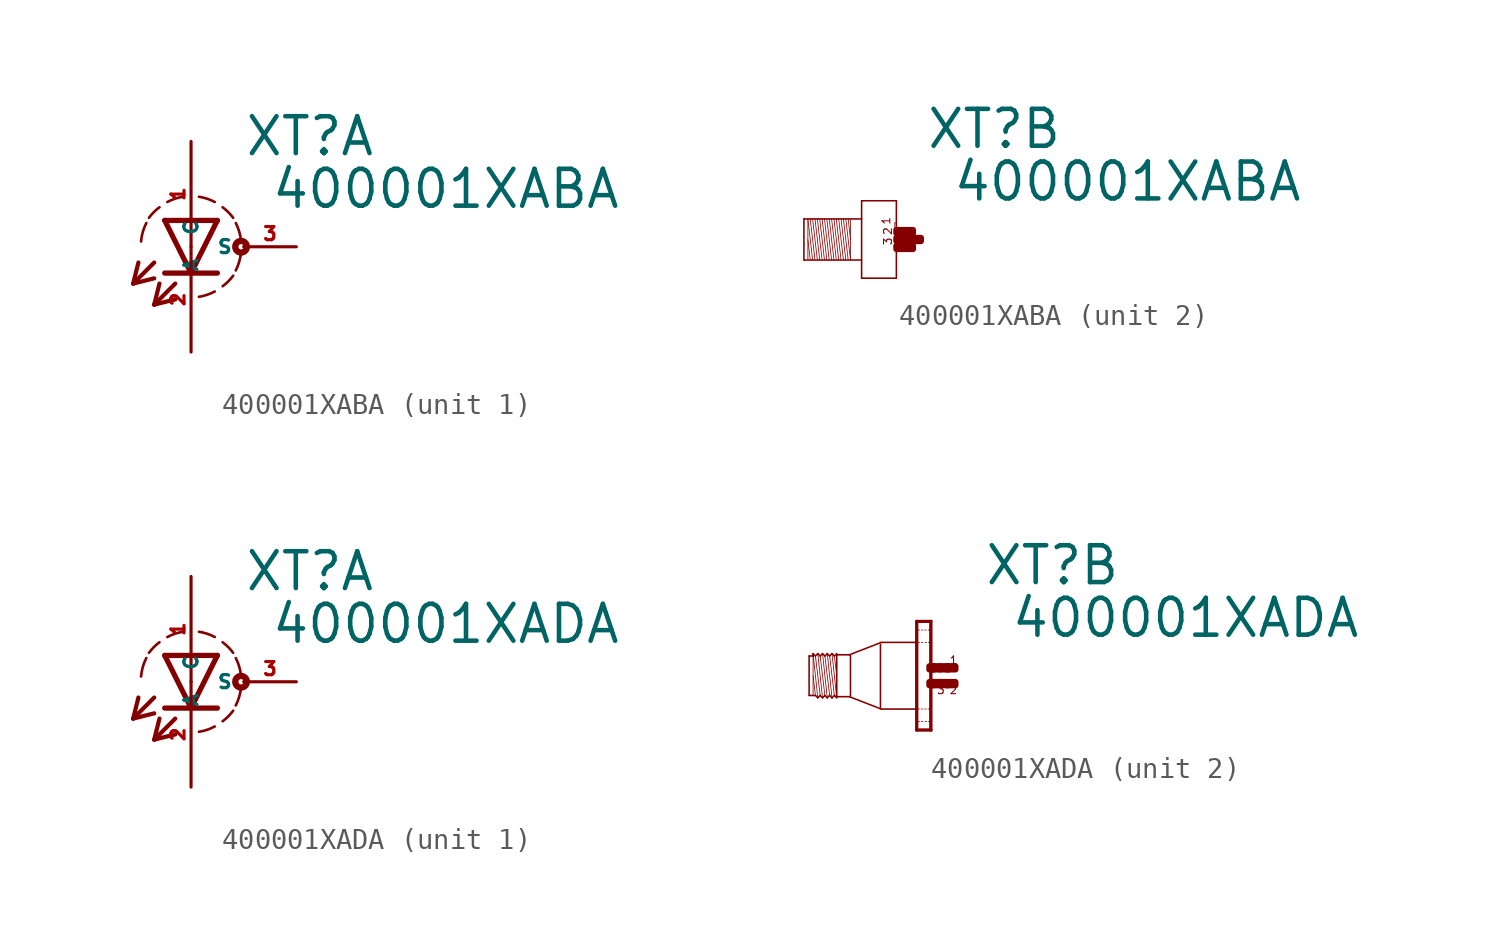
<source format=kicad_sym>
(kicad_symbol_lib
  (version 20220914)
  (generator Eagle2Kicad)
  (symbol "400001XABA"
    (property "Reference" "XT"
      (at 2.54 4.293 0)
      (effects (font (size 1.778 1.778) (thickness 0.22)) (justify left bottom)))
    (property "Value" "400001XABA"
      (at 3.81 1.753 0)
      (effects (font (size 1.778 1.778) (thickness 0.22)) (justify left bottom)))
    (symbol "400001XABA_1_0"
      (polyline (pts (xy -1.27 1.27) (xy 0 -1.27)) (stroke (width 0.254) (type default)) (fill (type none)))
      (polyline (pts (xy 0 -1.27) (xy 1.27 1.27)) (stroke (width 0.254) (type default)) (fill (type none)))
      (polyline (pts (xy 1.27 -1.27) (xy 0 -1.27)) (stroke (width 0.254) (type default)) (fill (type none)))
      (polyline (pts (xy 1.27 1.27) (xy -1.27 1.27)) (stroke (width 0.254) (type default)) (fill (type none)))
      (polyline (pts (xy 0 -1.27) (xy -1.27 -1.27)) (stroke (width 0.254) (type default)) (fill (type none)))
      (polyline (pts (xy -1.778 -0.762) (xy -2.794 -1.778)) (stroke (width 0.203) (type default)) (fill (type none)))
      (polyline (pts (xy -2.794 -1.778) (xy -1.778 -1.524)) (stroke (width 0.203) (type default)) (fill (type none)))
      (polyline (pts (xy -2.794 -1.778) (xy -2.54 -0.762)) (stroke (width 0.203) (type default)) (fill (type none)))
      (polyline (pts (xy -0.762 -1.778) (xy -1.778 -2.794)) (stroke (width 0.203) (type default)) (fill (type none)))
      (polyline (pts (xy -1.778 -2.794) (xy -0.762 -2.54)) (stroke (width 0.203) (type default)) (fill (type none)))
      (polyline (pts (xy -1.778 -2.794) (xy -1.524 -1.778)) (stroke (width 0.203) (type default)) (fill (type none)))
      (arc (start 0.381 -2.413) (mid 0.773 -2.318) (end 1.143 -2.159) (stroke (width 0.127) (type default)) (fill (type none)))
      (arc (start 2.159 -1.143) (mid 2.329 -0.711) (end 2.413 -0.254) (stroke (width 0.127) (type default)) (fill (type none)))
      (arc (start 2.413 0.254) (mid 2.329 0.711) (end 2.159 1.143) (stroke (width 0.127) (type default)) (fill (type none)))
      (arc (start 2.032 1.397) (mid 1.797 1.670) (end 1.524 1.905) (stroke (width 0.127) (type default)) (fill (type none)))
      (arc (start 1.143 2.159) (mid 0.773 2.318) (end 0.381 2.413) (stroke (width 0.127) (type default)) (fill (type none)))
      (arc (start 1.524 -1.905) (mid 1.797 -1.670) (end 2.032 -1.397) (stroke (width 0.127) (type default)) (fill (type none)))
      (arc (start -0.381 2.413) (mid -0.773 2.318) (end -1.143 2.159) (stroke (width 0.127) (type default)) (fill (type none)))
      (arc (start -1.524 1.905) (mid -1.797 1.670) (end -2.032 1.397) (stroke (width 0.127) (type default)) (fill (type none)))
      (arc (start -2.159 1.143) (mid -2.329 0.711) (end -2.413 0.254) (stroke (width 0.127) (type default)) (fill (type none)))
      (circle (center 2.413 0) (radius 0.127) (stroke (width 0.305) (type default)) (fill (type none)))
      (pin passive line (at 0 5.08 270) (length 5.08) (name "A" (effects (font (size 0.635 0.635) (thickness 0.08)) (justify left bottom))) (number "1" (effects (font (size 0.635 0.635) (thickness 0.08)) (justify left bottom))))
      (pin passive line (at 0 -5.08 90) (length 5.08) (name "C" (effects (font (size 0.635 0.635) (thickness 0.08)) (justify left bottom))) (number "2" (effects (font (size 0.635 0.635) (thickness 0.08)) (justify left bottom))))
      (pin passive line (at 5.08 0 180) (length 2.54) (name "S" (effects (font (size 0.635 0.635) (thickness 0.08)) (justify left bottom))) (number "3" (effects (font (size 0.635 0.635) (thickness 0.08)) (justify left bottom)))))
    (symbol "400001XABA_2_0"
      (polyline (pts (xy -1.067 0.953) (xy -1.067 0)) (stroke (width 0.038) (type default)) (fill (type none)))
      (polyline (pts (xy -1.067 0) (xy -1.067 -0.991)) (stroke (width 0.038) (type default)) (fill (type none)))
      (polyline (pts (xy -1.067 -0.991) (xy -1.295 0.991)) (stroke (width 0.038) (type default)) (fill (type none)))
      (polyline (pts (xy -1.181 0.991) (xy -1.067 0)) (stroke (width 0.038) (type default)) (fill (type none)))
      (polyline (pts (xy -1.181 -0.991) (xy -1.41 0.991)) (stroke (width 0.038) (type default)) (fill (type none)))
      (polyline (pts (xy -1.295 -0.991) (xy -1.524 0.991)) (stroke (width 0.038) (type default)) (fill (type none)))
      (polyline (pts (xy -1.41 -0.991) (xy -1.638 0.991)) (stroke (width 0.038) (type default)) (fill (type none)))
      (polyline (pts (xy -1.524 -0.991) (xy -1.753 0.991)) (stroke (width 0.038) (type default)) (fill (type none)))
      (polyline (pts (xy -1.638 -0.991) (xy -1.867 0.991)) (stroke (width 0.038) (type default)) (fill (type none)))
      (polyline (pts (xy -1.753 -0.991) (xy -1.981 0.991)) (stroke (width 0.038) (type default)) (fill (type none)))
      (polyline (pts (xy -1.867 -0.991) (xy -2.095 0.991)) (stroke (width 0.038) (type default)) (fill (type none)))
      (polyline (pts (xy -1.981 -0.991) (xy -2.21 0.991)) (stroke (width 0.038) (type default)) (fill (type none)))
      (polyline (pts (xy -2.095 -0.991) (xy -2.324 0.991)) (stroke (width 0.038) (type default)) (fill (type none)))
      (polyline (pts (xy -2.21 -0.991) (xy -2.438 0.991)) (stroke (width 0.038) (type default)) (fill (type none)))
      (polyline (pts (xy -2.324 -0.991) (xy -2.553 0.991)) (stroke (width 0.038) (type default)) (fill (type none)))
      (polyline (pts (xy -2.438 -0.991) (xy -2.667 0.991)) (stroke (width 0.038) (type default)) (fill (type none)))
      (polyline (pts (xy -2.553 -0.991) (xy -2.781 0.991)) (stroke (width 0.038) (type default)) (fill (type none)))
      (polyline (pts (xy -2.667 -0.991) (xy -2.896 0.991)) (stroke (width 0.038) (type default)) (fill (type none)))
      (polyline (pts (xy -2.781 -0.991) (xy -3.01 0.991)) (stroke (width 0.038) (type default)) (fill (type none)))
      (polyline (pts (xy -2.896 -0.991) (xy -3.124 0.991)) (stroke (width 0.038) (type default)) (fill (type none)))
      (polyline (pts (xy -3.124 0) (xy -3.01 -0.991)) (stroke (width 0.038) (type default)) (fill (type none)))
      (polyline (pts (xy -3.124 0.953) (xy -3.124 -0.953)) (stroke (width 0.038) (type default)) (fill (type none)))
      (polyline (pts (xy -3.315 -0.991) (xy -3.315 0.991)) (stroke (width 0.076) (type default)) (fill (type none)))
      (polyline (pts (xy -3.315 0.991) (xy -0.533 0.991)) (stroke (width 0.076) (type default)) (fill (type none)))
      (polyline (pts (xy -0.533 -0.991) (xy -3.315 -0.991)) (stroke (width 0.076) (type default)) (fill (type none)))
      (polyline (pts (xy -0.533 1.867) (xy -0.533 -1.867)) (stroke (width 0.076) (type default)) (fill (type none)))
      (polyline (pts (xy -0.533 -1.867) (xy 1.143 -1.867)) (stroke (width 0.076) (type default)) (fill (type none)))
      (polyline (pts (xy 1.143 -1.867) (xy 1.143 1.867)) (stroke (width 0.076) (type default)) (fill (type none)))
      (polyline (pts (xy 1.143 1.867) (xy -0.533 1.867)) (stroke (width 0.076) (type default)) (fill (type none)))
      (polyline (pts (xy 1.067 0.8) (xy 1.105 0.8)) (stroke (width 0.038) (type default)) (fill (type none)))
      (polyline (pts (xy 1.105 0.495) (xy 1.067 0.495)) (stroke (width 0.038) (type default)) (fill (type none)))
      (polyline (pts (xy 1.067 0.495) (xy 1.067 0.8)) (stroke (width 0.038) (type default)) (fill (type none)))
      (text "1" (at 0.876 0.686 1800) (effects (font (size 0.381 0.381) (thickness 0.05)) (justify left bottom)))
      (text "2" (at 0.953 0.191 1800) (effects (font (size 0.381 0.381) (thickness 0.05)) (justify left bottom)))
      (text "3" (at 0.953 -0.305 1800) (effects (font (size 0.381 0.381) (thickness 0.05)) (justify left bottom)))
      (rectangle (start 1.143 -0.457) (end 1.638 -0.305) (stroke (width 0.3) (type default)) (fill (type outline)))
      (rectangle (start 1.143 -0.076) (end 2.019 0.076) (stroke (width 0.3) (type default)) (fill (type outline)))
      (rectangle (start 1.6 -0.457) (end 1.943 -0.305) (stroke (width 0.3) (type default)) (fill (type outline)))
      (rectangle (start 1.981 -0.076) (end 2.324 0.076) (stroke (width 0.3) (type default)) (fill (type outline)))
      (rectangle (start 1.6 0.305) (end 1.943 0.457) (stroke (width 0.3) (type default)) (fill (type outline)))
      (rectangle (start 1.143 0.305) (end 1.638 0.457) (stroke (width 0.3) (type default)) (fill (type outline)))))
  (symbol "400001XADA"
    (property "Reference" "XT"
      (at 2.54 4.293 0)
      (effects (font (size 1.778 1.778) (thickness 0.22)) (justify left bottom)))
    (property "Value" "400001XADA"
      (at 3.81 1.753 0)
      (effects (font (size 1.778 1.778) (thickness 0.22)) (justify left bottom)))
    (symbol "400001XADA_1_0"
      (polyline (pts (xy -1.27 1.27) (xy 0 -1.27)) (stroke (width 0.254) (type default)) (fill (type none)))
      (polyline (pts (xy 0 -1.27) (xy 1.27 1.27)) (stroke (width 0.254) (type default)) (fill (type none)))
      (polyline (pts (xy 1.27 -1.27) (xy 0 -1.27)) (stroke (width 0.254) (type default)) (fill (type none)))
      (polyline (pts (xy 1.27 1.27) (xy -1.27 1.27)) (stroke (width 0.254) (type default)) (fill (type none)))
      (polyline (pts (xy 0 -1.27) (xy -1.27 -1.27)) (stroke (width 0.254) (type default)) (fill (type none)))
      (polyline (pts (xy -1.778 -0.762) (xy -2.794 -1.778)) (stroke (width 0.203) (type default)) (fill (type none)))
      (polyline (pts (xy -2.794 -1.778) (xy -1.778 -1.524)) (stroke (width 0.203) (type default)) (fill (type none)))
      (polyline (pts (xy -2.794 -1.778) (xy -2.54 -0.762)) (stroke (width 0.203) (type default)) (fill (type none)))
      (polyline (pts (xy -0.762 -1.778) (xy -1.778 -2.794)) (stroke (width 0.203) (type default)) (fill (type none)))
      (polyline (pts (xy -1.778 -2.794) (xy -0.762 -2.54)) (stroke (width 0.203) (type default)) (fill (type none)))
      (polyline (pts (xy -1.778 -2.794) (xy -1.524 -1.778)) (stroke (width 0.203) (type default)) (fill (type none)))
      (arc (start 0.381 -2.413) (mid 0.773 -2.318) (end 1.143 -2.159) (stroke (width 0.127) (type default)) (fill (type none)))
      (arc (start 2.159 -1.143) (mid 2.329 -0.711) (end 2.413 -0.254) (stroke (width 0.127) (type default)) (fill (type none)))
      (arc (start 2.413 0.254) (mid 2.329 0.711) (end 2.159 1.143) (stroke (width 0.127) (type default)) (fill (type none)))
      (arc (start 2.032 1.397) (mid 1.797 1.670) (end 1.524 1.905) (stroke (width 0.127) (type default)) (fill (type none)))
      (arc (start 1.143 2.159) (mid 0.773 2.318) (end 0.381 2.413) (stroke (width 0.127) (type default)) (fill (type none)))
      (arc (start 1.524 -1.905) (mid 1.797 -1.670) (end 2.032 -1.397) (stroke (width 0.127) (type default)) (fill (type none)))
      (arc (start -0.381 2.413) (mid -0.773 2.318) (end -1.143 2.159) (stroke (width 0.127) (type default)) (fill (type none)))
      (arc (start -1.524 1.905) (mid -1.797 1.670) (end -2.032 1.397) (stroke (width 0.127) (type default)) (fill (type none)))
      (arc (start -2.159 1.143) (mid -2.329 0.711) (end -2.413 0.254) (stroke (width 0.127) (type default)) (fill (type none)))
      (circle (center 2.413 0) (radius 0.127) (stroke (width 0.305) (type default)) (fill (type none)))
      (pin passive line (at 0 5.08 270) (length 5.08) (name "A" (effects (font (size 0.635 0.635) (thickness 0.08)) (justify left bottom))) (number "1" (effects (font (size 0.635 0.635) (thickness 0.08)) (justify left bottom))))
      (pin passive line (at 0 -5.08 90) (length 5.08) (name "C" (effects (font (size 0.635 0.635) (thickness 0.08)) (justify left bottom))) (number "2" (effects (font (size 0.635 0.635) (thickness 0.08)) (justify left bottom))))
      (pin passive line (at 5.08 0 180) (length 2.54) (name "S" (effects (font (size 0.635 0.635) (thickness 0.08)) (justify left bottom))) (number "3" (effects (font (size 0.635 0.635) (thickness 0.08)) (justify left bottom)))))
    (symbol "400001XADA_2_0"
      (polyline (pts (xy -4.548 -1.067) (xy -4.777 1.067)) (stroke (width 0.038) (type default)) (fill (type none)))
      (polyline (pts (xy -4.662 0.953) (xy -4.548 0)) (stroke (width 0.038) (type default)) (fill (type none)))
      (polyline (pts (xy -4.662 -0.953) (xy -4.891 0.953)) (stroke (width 0.038) (type default)) (fill (type none)))
      (polyline (pts (xy -4.777 -1.067) (xy -5.005 1.067)) (stroke (width 0.038) (type default)) (fill (type none)))
      (polyline (pts (xy -4.891 -0.953) (xy -5.12 0.953)) (stroke (width 0.038) (type default)) (fill (type none)))
      (polyline (pts (xy -5.005 -1.067) (xy -5.234 1.067)) (stroke (width 0.038) (type default)) (fill (type none)))
      (polyline (pts (xy -5.12 -0.953) (xy -5.348 0.953)) (stroke (width 0.038) (type default)) (fill (type none)))
      (polyline (pts (xy -5.234 -1.067) (xy -5.463 1.067)) (stroke (width 0.038) (type default)) (fill (type none)))
      (polyline (pts (xy -5.348 -0.953) (xy -5.577 0.953)) (stroke (width 0.038) (type default)) (fill (type none)))
      (polyline (pts (xy -5.463 -1.067) (xy -5.691 1.067)) (stroke (width 0.038) (type default)) (fill (type none)))
      (polyline (pts (xy -5.691 0) (xy -5.577 -0.953)) (stroke (width 0.038) (type default)) (fill (type none)))
      (polyline (pts (xy -5.691 1.029) (xy -5.691 0.953)) (stroke (width 0.038) (type default)) (fill (type none)))
      (polyline (pts (xy -5.691 0.953) (xy -5.691 -0.953)) (stroke (width 0.038) (type default)) (fill (type none)))
      (polyline (pts (xy -5.882 -0.953) (xy -5.882 0.953)) (stroke (width 0.076) (type default)) (fill (type none)))
      (polyline (pts (xy -5.882 0.953) (xy -5.691 0.953)) (stroke (width 0.076) (type default)) (fill (type none)))
      (polyline (pts (xy -5.691 0.953) (xy -5.691 1.067)) (stroke (width 0.076) (type default)) (fill (type none)))
      (polyline (pts (xy -5.691 1.067) (xy -5.577 0.953)) (stroke (width 0.076) (type default)) (fill (type none)))
      (polyline (pts (xy -5.577 0.953) (xy -5.463 1.067)) (stroke (width 0.076) (type default)) (fill (type none)))
      (polyline (pts (xy -5.463 1.067) (xy -5.348 0.953)) (stroke (width 0.076) (type default)) (fill (type none)))
      (polyline (pts (xy -5.348 0.953) (xy -5.234 1.067)) (stroke (width 0.076) (type default)) (fill (type none)))
      (polyline (pts (xy -5.234 1.067) (xy -5.12 0.953)) (stroke (width 0.076) (type default)) (fill (type none)))
      (polyline (pts (xy -5.12 0.953) (xy -5.005 1.067)) (stroke (width 0.076) (type default)) (fill (type none)))
      (polyline (pts (xy -4.777 1.067) (xy -4.662 0.953)) (stroke (width 0.076) (type default)) (fill (type none)))
      (polyline (pts (xy -4.662 0.953) (xy -4.548 1.067)) (stroke (width 0.076) (type default)) (fill (type none)))
      (polyline (pts (xy -4.548 -1.067) (xy -4.662 -0.953)) (stroke (width 0.076) (type default)) (fill (type none)))
      (polyline (pts (xy -4.662 -0.953) (xy -4.777 -1.067)) (stroke (width 0.076) (type default)) (fill (type none)))
      (polyline (pts (xy -4.777 -1.067) (xy -4.891 -0.953)) (stroke (width 0.076) (type default)) (fill (type none)))
      (polyline (pts (xy -4.891 -0.953) (xy -5.005 -1.067)) (stroke (width 0.076) (type default)) (fill (type none)))
      (polyline (pts (xy -5.005 -1.067) (xy -5.12 -0.953)) (stroke (width 0.076) (type default)) (fill (type none)))
      (polyline (pts (xy -5.12 -0.953) (xy -5.234 -1.067)) (stroke (width 0.076) (type default)) (fill (type none)))
      (polyline (pts (xy -5.234 -1.067) (xy -5.348 -0.953)) (stroke (width 0.076) (type default)) (fill (type none)))
      (polyline (pts (xy -5.348 -0.953) (xy -5.463 -1.067)) (stroke (width 0.076) (type default)) (fill (type none)))
      (polyline (pts (xy -5.463 -1.067) (xy -5.577 -0.953)) (stroke (width 0.076) (type default)) (fill (type none)))
      (polyline (pts (xy -5.577 -0.953) (xy -5.691 -0.953)) (stroke (width 0.076) (type default)) (fill (type none)))
      (polyline (pts (xy -5.691 -0.953) (xy -5.882 -0.953)) (stroke (width 0.076) (type default)) (fill (type none)))
      (polyline (pts (xy -4.548 1.029) (xy -4.548 1.01)) (stroke (width 0.076) (type default)) (fill (type none)))
      (polyline (pts (xy -4.548 1.01) (xy -4.548 -1.01)) (stroke (width 0.076) (type default)) (fill (type none)))
      (polyline (pts (xy -4.548 -1.01) (xy -4.548 -1.029)) (stroke (width 0.076) (type default)) (fill (type none)))
      (polyline (pts (xy -0.038 2.594) (xy -0.038 -2.594)) (stroke (width 0.076) (type default)) (fill (type none)))
      (polyline (pts (xy -0.038 -2.594) (xy -0.655 -2.594)) (stroke (width 0.076) (type default)) (fill (type none)))
      (polyline (pts (xy -0.655 -2.594) (xy -0.655 2.594)) (stroke (width 0.076) (type default)) (fill (type none)))
      (polyline (pts (xy -0.655 2.594) (xy -0.038 2.594)) (stroke (width 0.076) (type default)) (fill (type none)))
      (polyline (pts (xy -0.699 1.61) (xy -2.4 1.61)) (stroke (width 0.076) (type default)) (fill (type none)))
      (polyline (pts (xy -2.4 1.61) (xy -3.938 1.012)) (stroke (width 0.076) (type default)) (fill (type none)))
      (polyline (pts (xy -0.669 -1.61) (xy -2.4 -1.61)) (stroke (width 0.076) (type default)) (fill (type none)))
      (polyline (pts (xy -2.4 -1.61) (xy -3.938 -1.012)) (stroke (width 0.076) (type default)) (fill (type none)))
      (polyline (pts (xy -3.938 -1.01) (xy -4.548 -1.01)) (stroke (width 0.076) (type default)) (fill (type none)))
      (polyline (pts (xy -4.548 1.01) (xy -3.938 1.01)) (stroke (width 0.076) (type default)) (fill (type none)))
      (polyline (pts (xy -4.777 1.067) (xy -4.891 0.953)) (stroke (width 0.076) (type default)) (fill (type none)))
      (polyline (pts (xy -4.891 0.953) (xy -5.005 1.067)) (stroke (width 0.076) (type default)) (fill (type none)))
      (polyline (pts (xy 0 -2.625) (xy -0.69 -2.625)) (stroke (width 0) (type default)) (fill (type none)))
      (polyline (pts (xy 0 -2.625) (xy 0 2.625)) (stroke (width 0) (type default)) (fill (type none)))
      (polyline (pts (xy 0 2.625) (xy -0.69 2.625)) (stroke (width 0) (type default)) (fill (type none)))
      (polyline (pts (xy -0.69 2.625) (xy -0.69 -2.625)) (stroke (width 0) (type default)) (fill (type none)))
      (polyline (pts (xy -0.039 -1.605) (xy -0.135 -1.605)) (stroke (width 0.038) (type default)) (fill (type none)))
      (polyline (pts (xy -0.225 -1.605) (xy -0.3 -1.605)) (stroke (width 0.038) (type default)) (fill (type none)))
      (polyline (pts (xy -0.39 -1.605) (xy -0.465 -1.605)) (stroke (width 0.038) (type default)) (fill (type none)))
      (polyline (pts (xy -0.555 -1.605) (xy -0.633 -1.605)) (stroke (width 0.038) (type default)) (fill (type none)))
      (polyline (pts (xy -0.039 -2.205) (xy -0.12 -2.205)) (stroke (width 0.038) (type default)) (fill (type none)))
      (polyline (pts (xy -0.21 -2.205) (xy -0.285 -2.205)) (stroke (width 0.038) (type default)) (fill (type none)))
      (polyline (pts (xy -0.39 -2.205) (xy -0.465 -2.205)) (stroke (width 0.038) (type default)) (fill (type none)))
      (polyline (pts (xy -0.555 -2.205) (xy -0.633 -2.205)) (stroke (width 0.038) (type default)) (fill (type none)))
      (polyline (pts (xy -0.039 2.205) (xy -0.135 2.205)) (stroke (width 0.038) (type default)) (fill (type none)))
      (polyline (pts (xy -0.225 2.205) (xy -0.3 2.205)) (stroke (width 0.038) (type default)) (fill (type none)))
      (polyline (pts (xy -0.39 2.205) (xy -0.465 2.205)) (stroke (width 0.038) (type default)) (fill (type none)))
      (polyline (pts (xy -0.555 2.205) (xy -0.633 2.205)) (stroke (width 0.038) (type default)) (fill (type none)))
      (polyline (pts (xy -0.039 1.605) (xy -0.12 1.605)) (stroke (width 0.038) (type default)) (fill (type none)))
      (polyline (pts (xy -0.21 1.605) (xy -0.285 1.605)) (stroke (width 0.038) (type default)) (fill (type none)))
      (polyline (pts (xy -0.39 1.605) (xy -0.465 1.605)) (stroke (width 0.038) (type default)) (fill (type none)))
      (polyline (pts (xy -0.555 1.605) (xy -0.633 1.605)) (stroke (width 0.038) (type default)) (fill (type none)))
      (polyline (pts (xy -3.886 0.991) (xy -3.886 -0.991)) (stroke (width 0.076) (type default)) (fill (type none)))
      (polyline (pts (xy -2.438 1.524) (xy -2.438 -1.524)) (stroke (width 0.076) (type default)) (fill (type none)))
      (text "1" (at 0.876 0.533 0) (effects (font (size 0.381 0.381) (thickness 0.05)) (justify left bottom)))
      (text "3" (at 0.267 -0.914 0) (effects (font (size 0.381 0.381) (thickness 0.05)) (justify left bottom)))
      (text "2" (at 0.876 -0.914 0) (effects (font (size 0.381 0.381) (thickness 0.05)) (justify left bottom)))
      (rectangle (start 0.838 -0.457) (end 1.181 -0.305) (stroke (width 0.3) (type default)) (fill (type outline)))
      (rectangle (start 0.419 -0.457) (end 0.762 -0.305) (stroke (width 0.3) (type default)) (fill (type outline)))
      (rectangle (start 0.076 -0.457) (end 0.419 -0.305) (stroke (width 0.3) (type default)) (fill (type outline)))
      (rectangle (start -0.076 -0.457) (end 0.152 -0.305) (stroke (width 0.3) (type default)) (fill (type outline)))
      (rectangle (start 0.762 -0.457) (end 0.838 -0.305) (stroke (width 0.3) (type default)) (fill (type outline)))
      (rectangle (start 0.838 0.305) (end 1.181 0.457) (stroke (width 0.3) (type default)) (fill (type outline)))
      (rectangle (start 0.762 0.305) (end 0.838 0.457) (stroke (width 0.3) (type default)) (fill (type outline)))
      (rectangle (start 0.419 0.305) (end 0.762 0.457) (stroke (width 0.3) (type default)) (fill (type outline)))
      (rectangle (start 0.076 0.305) (end 0.419 0.457) (stroke (width 0.3) (type default)) (fill (type outline)))
      (rectangle (start -0.076 0.305) (end 0.152 0.457) (stroke (width 0.3) (type default)) (fill (type outline))))))
</source>
